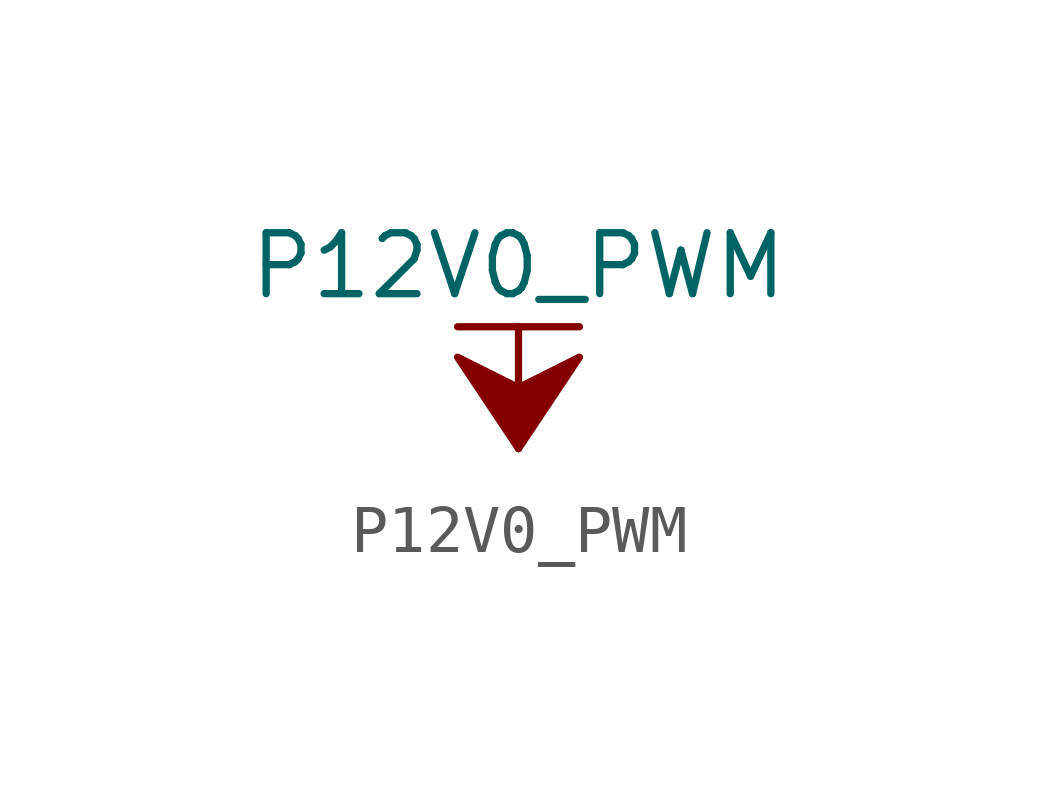
<source format=kicad_sym>
(kicad_symbol_lib
  (version 20211014)
  (generator kicad_symbol_editor)
  (symbol "P12V0_PWM"
    (power)
    (pin_names
      (offset 0))
    (property "Reference" "#PWR"
      (at 0 -3.81 0)
      (effects (font (size 1.27 1.27)) hide))
    (property "Value" "P12V0_PWM"
      (at 0 3.81 0)
      (effects (font (size 1.27 1.27))))
    (symbol "P12V0_PWM_0_1"
      (polyline (pts (xy -1.27 2.54) (xy 1.27 2.54)) (stroke (width 0.152) (type default) (color 0 0 0 0)) (fill (type none)))
      (polyline (pts (xy 0 0) (xy 0 2.54)) (stroke (width 0.152) (type default) (color 0 0 0 0)) (fill (type none)))
      (polyline (pts (xy 0 0) (xy 1.27 1.905) (xy 0 1.27) (xy -1.27 1.905) (xy 0 0)) (stroke (width 0.152) (type default) (color 0 0 0 0)) (fill (type outline))))
    (symbol "P12V0_PWM_1_1"
      (pin power_in line (at 0 0 90) (length 0) hide (name "P12V0_PWM" (effects (font (size 1.27 1.27)))) (number "1" (effects (font (size 1.27 1.27))))))))
</source>
